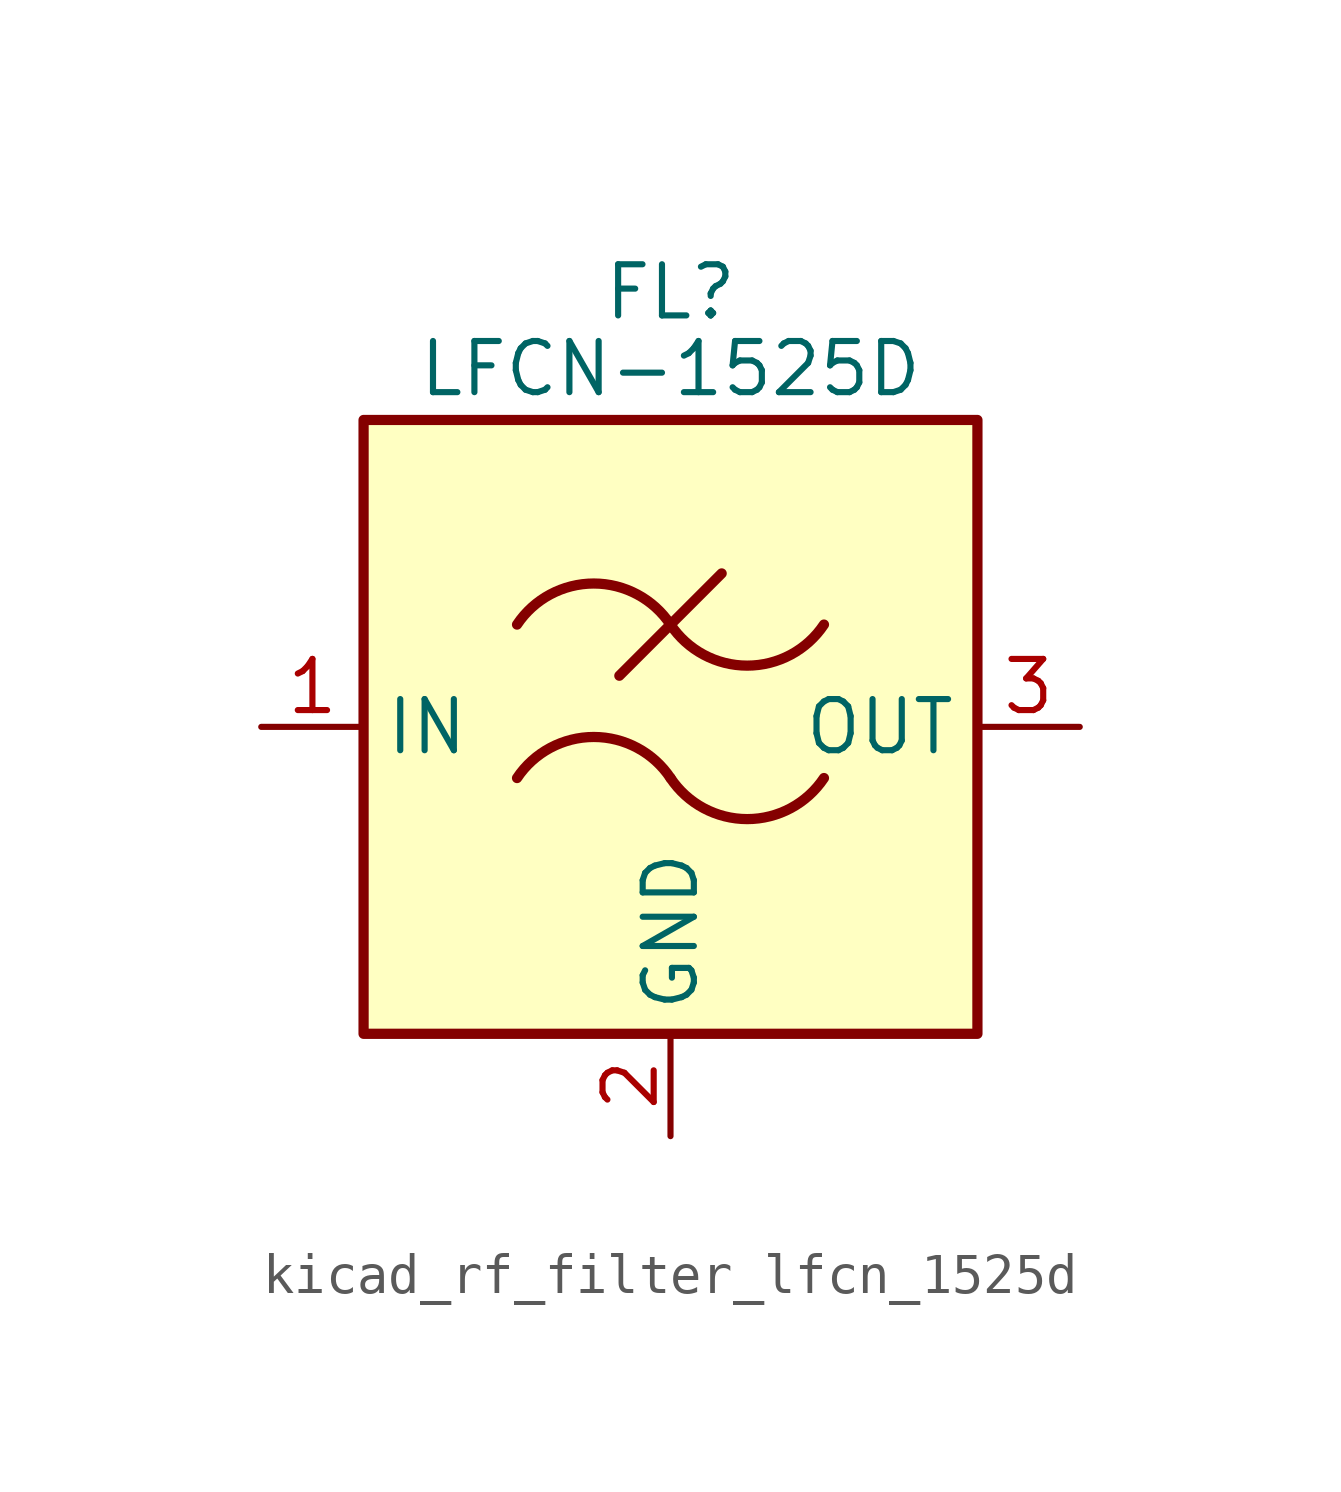
<source format=kicad_sym>
(kicad_symbol_lib
  (version 20220914)
  (generator kicad_symbol_editor)
  (symbol "kicad_rf_filter_lfcn_1525d"
    (property "Reference" "FL"
      (at 0 10.795 0)
      (effects (font (size 1.27 1.27))))
    (property "Value" "LFCN-1525D"
      (at 0 8.89 0)
      (effects (font (size 1.27 1.27))))
    (symbol "kicad_rf_filter_lfcn_1525d_0_1"
      (rectangle (start -7.62 7.62) (end 7.62 -7.62) (stroke (width 0.254) (type default)) (fill (type background)))
      (arc (start 0 -1.27) (mid -1.905 -0.2505) (end -3.81 -1.27) (stroke (width 0.254) (type default)) (fill (type none)))
      (arc (start 0 -1.27) (mid 1.905 -2.2895) (end 3.81 -1.27) (stroke (width 0.254) (type default)) (fill (type none)))
      (polyline (pts (xy -1.27 1.27) (xy 1.27 3.81)) (stroke (width 0.254) (type default)) (fill (type none)))
      (arc (start 0 2.54) (mid -1.905 3.5595) (end -3.81 2.54) (stroke (width 0.254) (type default)) (fill (type none)))
      (arc (start 0 2.54) (mid 1.905 1.5205) (end 3.81 2.54) (stroke (width 0.254) (type default)) (fill (type none))))
    (symbol "kicad_rf_filter_lfcn_1525d_1_1"
      (pin passive line (at -10.16 0 0) (length 2.54) (name "IN" (effects (font (size 1.27 1.27)))) (number "1" (effects (font (size 1.27 1.27)))))
      (pin passive line (at 0 -10.16 90) (length 2.54) (name "GND" (effects (font (size 1.27 1.27)))) (number "2" (effects (font (size 1.27 1.27)))))
      (pin passive line (at 10.16 0 180) (length 2.54) (name "OUT" (effects (font (size 1.27 1.27)))) (number "3" (effects (font (size 1.27 1.27)))))
      (pin passive line (at 0 -10.16 90) (length 2.54) hide (name "GND" (effects (font (size 1.27 1.27)))) (number "4" (effects (font (size 1.27 1.27))))))))
</source>
